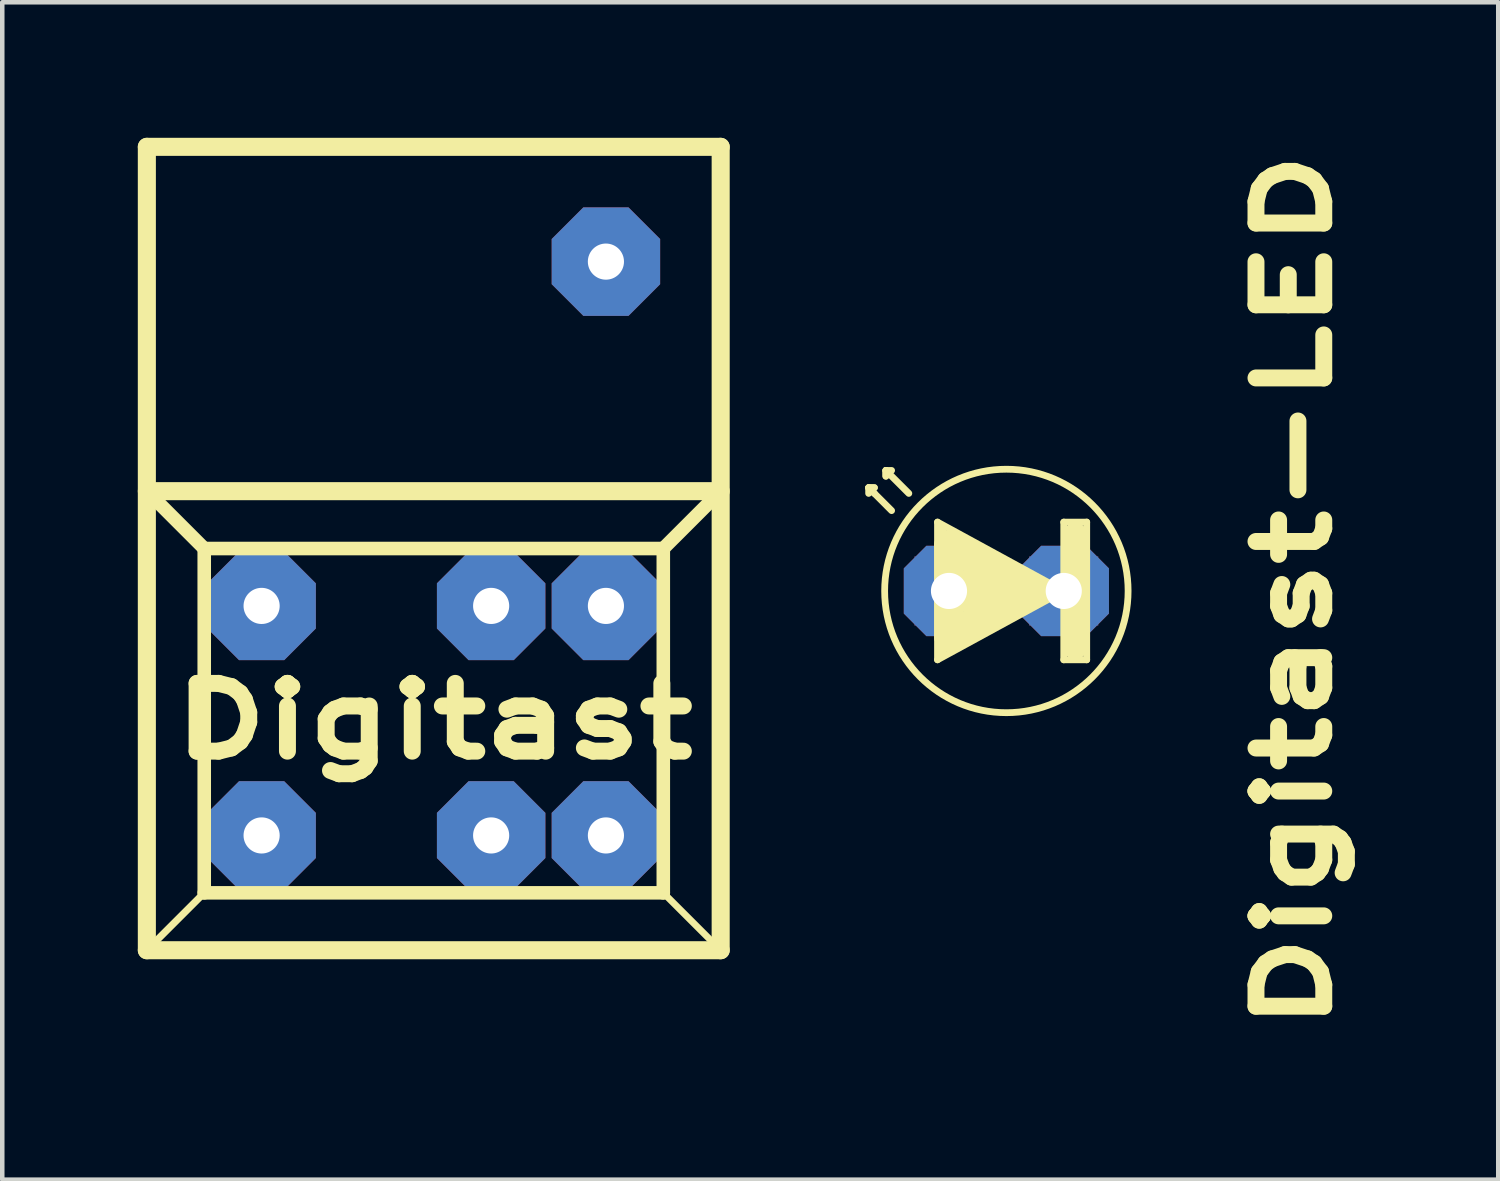
<source format=kicad_pcb>
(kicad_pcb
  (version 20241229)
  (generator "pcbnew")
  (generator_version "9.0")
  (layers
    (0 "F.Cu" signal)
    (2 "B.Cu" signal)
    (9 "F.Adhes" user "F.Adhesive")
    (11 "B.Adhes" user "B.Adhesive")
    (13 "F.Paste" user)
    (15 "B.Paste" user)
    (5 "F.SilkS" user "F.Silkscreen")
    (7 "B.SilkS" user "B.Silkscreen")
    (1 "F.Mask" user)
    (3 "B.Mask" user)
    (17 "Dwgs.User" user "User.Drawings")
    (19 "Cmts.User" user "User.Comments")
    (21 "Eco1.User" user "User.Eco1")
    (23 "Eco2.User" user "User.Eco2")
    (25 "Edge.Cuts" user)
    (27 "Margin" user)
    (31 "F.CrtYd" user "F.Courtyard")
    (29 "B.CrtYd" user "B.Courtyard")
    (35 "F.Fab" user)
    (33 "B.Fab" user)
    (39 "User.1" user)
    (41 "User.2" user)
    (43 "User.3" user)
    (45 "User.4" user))
  (footprint "Digitast"
    (layer "F.Cu")
    (at 5.28 12.9)
    (property "Reference" "Digitast" (at 1.27 0 0) (layer "F.SilkS") (effects (font (size 1.5 2) (thickness 0.375))))
    (attr through_hole)
    (fp_line (start -5.08 -12.7) (end -5.08 5.08) (stroke (width 0.4) (type solid)) (layer "F.SilkS"))
    (fp_line (start -5.08 -5.08) (end -3.81 -3.81) (stroke (width 0.3) (type solid)) (layer "F.SilkS"))
    (fp_line (start -5.08 5.08) (end -3.81 3.81) (stroke (width 0.15) (type solid)) (layer "F.SilkS"))
    (fp_line (start -5.08 5.08) (end 7.62 5.08) (stroke (width 0.4) (type solid)) (layer "F.SilkS"))
    (fp_line (start -3.81 -3.81) (end -5.08 -5.08) (stroke (width 0.15) (type solid)) (layer "F.SilkS"))
    (fp_line (start -3.81 -3.81) (end 6.35 -3.81) (stroke (width 0.3) (type solid)) (layer "F.SilkS"))
    (fp_line (start -3.81 3.81) (end -5.08 5.08) (stroke (width 0.15) (type solid)) (layer "F.SilkS"))
    (fp_line (start -3.81 3.81) (end -3.81 -3.81) (stroke (width 0.3) (type solid)) (layer "F.SilkS"))
    (fp_line (start -3.81 3.81) (end 6.35 3.81) (stroke (width 0.3) (type solid)) (layer "F.SilkS"))
    (fp_line (start 6.35 -3.81) (end 6.35 3.81) (stroke (width 0.3) (type solid)) (layer "F.SilkS"))
    (fp_line (start 6.35 3.81) (end 7.62 5.08) (stroke (width 0.15) (type solid)) (layer "F.SilkS"))
    (fp_line (start 7.62 -12.7) (end -5.08 -12.7) (stroke (width 0.4) (type solid)) (layer "F.SilkS"))
    (fp_line (start 7.62 -5.08) (end -5.08 -5.08) (stroke (width 0.4) (type solid)) (layer "F.SilkS"))
    (fp_line (start 7.62 -5.08) (end 6.35 -3.81) (stroke (width 0.3) (type solid)) (layer "F.SilkS"))
    (fp_line (start 7.62 5.08) (end 7.62 -12.7) (stroke (width 0.4) (type solid)) (layer "F.SilkS"))
    (pad "" thru_hole custom (at 5.08 -10.16) (size 1.524 1.524) (drill 0.8) (layers "*.Cu" "*.Mask") (options (anchor rect)) (primitives (gr_poly (pts (xy -1.2 0.5) (xy -1.2 -0.5) (xy -0.5 -1.2) (xy 0.5 -1.2) (xy 1.2 -0.5) (xy 1.2 0.5) (xy 0.5 1.2) (xy -0.5 1.2)) (width 0) (fill yes))))
    (pad "1" thru_hole custom (at -2.54 -2.54) (size 1.524 1.524) (drill 0.8) (layers "*.Cu" "*.Mask") (options (anchor rect)) (primitives (gr_poly (pts (xy -1.2 0.5) (xy -1.2 -0.5) (xy -0.5 -1.2) (xy 0.5 -1.2) (xy 1.2 -0.5) (xy 1.2 0.5) (xy 0.5 1.2) (xy -0.5 1.2)) (width 0) (fill yes))))
    (pad "1" thru_hole custom (at 2.54 -2.54) (size 1.524 1.524) (drill 0.8) (layers "*.Cu" "*.Mask") (options (anchor rect)) (primitives (gr_poly (pts (xy -1.2 0.5) (xy -1.2 -0.5) (xy -0.5 -1.2) (xy 0.5 -1.2) (xy 1.2 -0.5) (xy 1.2 0.5) (xy 0.5 1.2) (xy -0.5 1.2)) (width 0) (fill yes))))
    (pad "1" thru_hole custom (at 5.08 -2.54) (size 1.524 1.524) (drill 0.8) (layers "*.Cu" "*.Mask") (options (anchor rect)) (primitives (gr_poly (pts (xy -1.2 0.5) (xy -1.2 -0.5) (xy -0.5 -1.2) (xy 0.5 -1.2) (xy 1.2 -0.5) (xy 1.2 0.5) (xy 0.5 1.2) (xy -0.5 1.2)) (width 0) (fill yes))))
    (pad "2" thru_hole custom (at -2.54 2.54) (size 1.524 1.524) (drill 0.8) (layers "*.Cu" "*.Mask") (options (anchor rect)) (primitives (gr_poly (pts (xy -1.2 0.5) (xy -1.2 -0.5) (xy -0.5 -1.2) (xy 0.5 -1.2) (xy 1.2 -0.5) (xy 1.2 0.5) (xy 0.5 1.2) (xy -0.5 1.2)) (width 0) (fill yes))))
    (pad "3" thru_hole custom (at 2.54 2.54) (size 1.524 1.524) (drill 0.8) (layers "*.Cu" "*.Mask") (options (anchor rect)) (primitives (gr_poly (pts (xy -1.2 0.5) (xy -1.2 -0.5) (xy -0.5 -1.2) (xy 0.5 -1.2) (xy 1.2 -0.5) (xy 1.2 0.5) (xy 0.5 1.2) (xy -0.5 1.2)) (width 0) (fill yes))))
    (pad "3" thru_hole custom (at 5.08 2.54) (size 1.524 1.524) (drill 0.8) (layers "*.Cu" "*.Mask") (options (anchor rect)) (primitives (gr_poly (pts (xy -1.2 0.5) (xy -1.2 -0.5) (xy -0.5 -1.2) (xy 0.5 -1.2) (xy 1.2 -0.5) (xy 1.2 0.5) (xy 0.5 1.2) (xy -0.5 1.2)) (width 0) (fill yes)))))
  (footprint "Digitast-LED"
    (layer "F.Cu")
    (at 17.953 17.649)
    (property "Reference" "Digitast-LED" (at 7.62 -7.62 90) (layer "F.SilkS") (effects (font (size 1.5 2) (thickness 0.375))))
    (attr through_hole)
    (fp_line (start -1.778 -9.906) (end -1.778 -9.779) (stroke (width 0.15) (type solid)) (layer "F.SilkS"))
    (fp_line (start -1.778 -9.906) (end -1.651 -9.906) (stroke (width 0.15) (type solid)) (layer "F.SilkS"))
    (fp_line (start -1.778 -9.906) (end -1.651 -9.779) (stroke (width 0.15) (type solid)) (layer "F.SilkS"))
    (fp_line (start -1.651 -9.906) (end -1.778 -9.906) (stroke (width 0.15) (type solid)) (layer "F.SilkS"))
    (fp_line (start -1.397 -10.287) (end -1.397 -10.16) (stroke (width 0.15) (type solid)) (layer "F.SilkS"))
    (fp_line (start -1.397 -10.287) (end -1.27 -10.287) (stroke (width 0.15) (type solid)) (layer "F.SilkS"))
    (fp_line (start -1.397 -10.16) (end -1.397 -10.287) (stroke (width 0.15) (type solid)) (layer "F.SilkS"))
    (fp_line (start -1.27 -9.398) (end -1.651 -9.779) (stroke (width 0.15) (type solid)) (layer "F.SilkS"))
    (fp_line (start -0.889 -9.779) (end -1.397 -10.287) (stroke (width 0.15) (type solid)) (layer "F.SilkS"))
    (fp_line (start -0.254 -9.144) (end -0.254 -6.096) (stroke (width 0.15) (type solid)) (layer "F.SilkS"))
    (fp_line (start -0.254 -9.144) (end 2.54 -7.62) (stroke (width 0.15) (type solid)) (layer "F.SilkS"))
    (fp_line (start -0.127 -9.017) (end -0.127 -6.223) (stroke (width 0.15) (type solid)) (layer "F.SilkS"))
    (fp_line (start 0 -8.636) (end 1.778 -7.62) (stroke (width 0.65) (type solid)) (layer "F.SilkS"))
    (fp_line (start 0 -6.604) (end 0 -8.636) (stroke (width 0.65) (type solid)) (layer "F.SilkS"))
    (fp_line (start 0.508 -7.62) (end 1.016 -7.62) (stroke (width 1) (type solid)) (layer "F.SilkS"))
    (fp_line (start 1.778 -7.62) (end 0 -6.604) (stroke (width 0.65) (type solid)) (layer "F.SilkS"))
    (fp_line (start 2.032 -7.747) (end 2.159 -7.62) (stroke (width 0.15) (type solid)) (layer "F.SilkS"))
    (fp_line (start 2.032 -7.493) (end 2.413 -7.62) (stroke (width 0.15) (type solid)) (layer "F.SilkS"))
    (fp_line (start 2.413 -7.62) (end 2.032 -7.747) (stroke (width 0.15) (type solid)) (layer "F.SilkS"))
    (fp_line (start 2.54 -9.144) (end 3.048 -9.144) (stroke (width 0.15) (type solid)) (layer "F.SilkS"))
    (fp_line (start 2.54 -7.62) (end -0.254 -6.096) (stroke (width 0.15) (type solid)) (layer "F.SilkS"))
    (fp_line (start 2.54 -6.096) (end 2.54 -9.144) (stroke (width 0.15) (type solid)) (layer "F.SilkS"))
    (fp_line (start 2.794 -8.89) (end 2.794 -6.35) (stroke (width 0.5) (type solid)) (layer "F.SilkS"))
    (fp_line (start 3.048 -9.144) (end 3.048 -6.096) (stroke (width 0.15) (type solid)) (layer "F.SilkS"))
    (fp_line (start 3.048 -6.096) (end 2.54 -6.096) (stroke (width 0.15) (type solid)) (layer "F.SilkS"))
    (fp_circle (center 1.27 -7.62) (end 3.175 -5.715) (stroke (width 0.15) (type solid)) (fill no) (layer "F.SilkS"))
    (pad "1" thru_hole custom (at 2.54 -7.62) (size 1.524 1.524) (drill 0.8) (layers "*.Cu" "*.Mask") (options (anchor rect)) (primitives (gr_poly (pts (xy -1 0.5) (xy -1 -0.5) (xy -0.5 -1) (xy 0.5 -1) (xy 1 -0.5) (xy 1 0.5) (xy 0.5 1) (xy -0.5 1)) (width 0) (fill yes))))
    (pad "2" thru_hole custom (at 0 -7.62) (size 1.524 1.524) (drill 0.8) (layers "*.Cu" "*.Mask") (options (anchor rect)) (primitives (gr_poly (pts (xy -1 0.5) (xy -1 -0.5) (xy -0.5 -1) (xy 0.5 -1) (xy 1 -0.5) (xy 1 0.5) (xy 0.5 1) (xy -0.5 1)) (width 0) (fill yes)))))
  (gr_rect
    (start -3 -3)
    (end 30.109 23.058)
    (stroke (width 0.1) (type default))
    (fill no)
    (layer "Edge.Cuts")))
</source>
